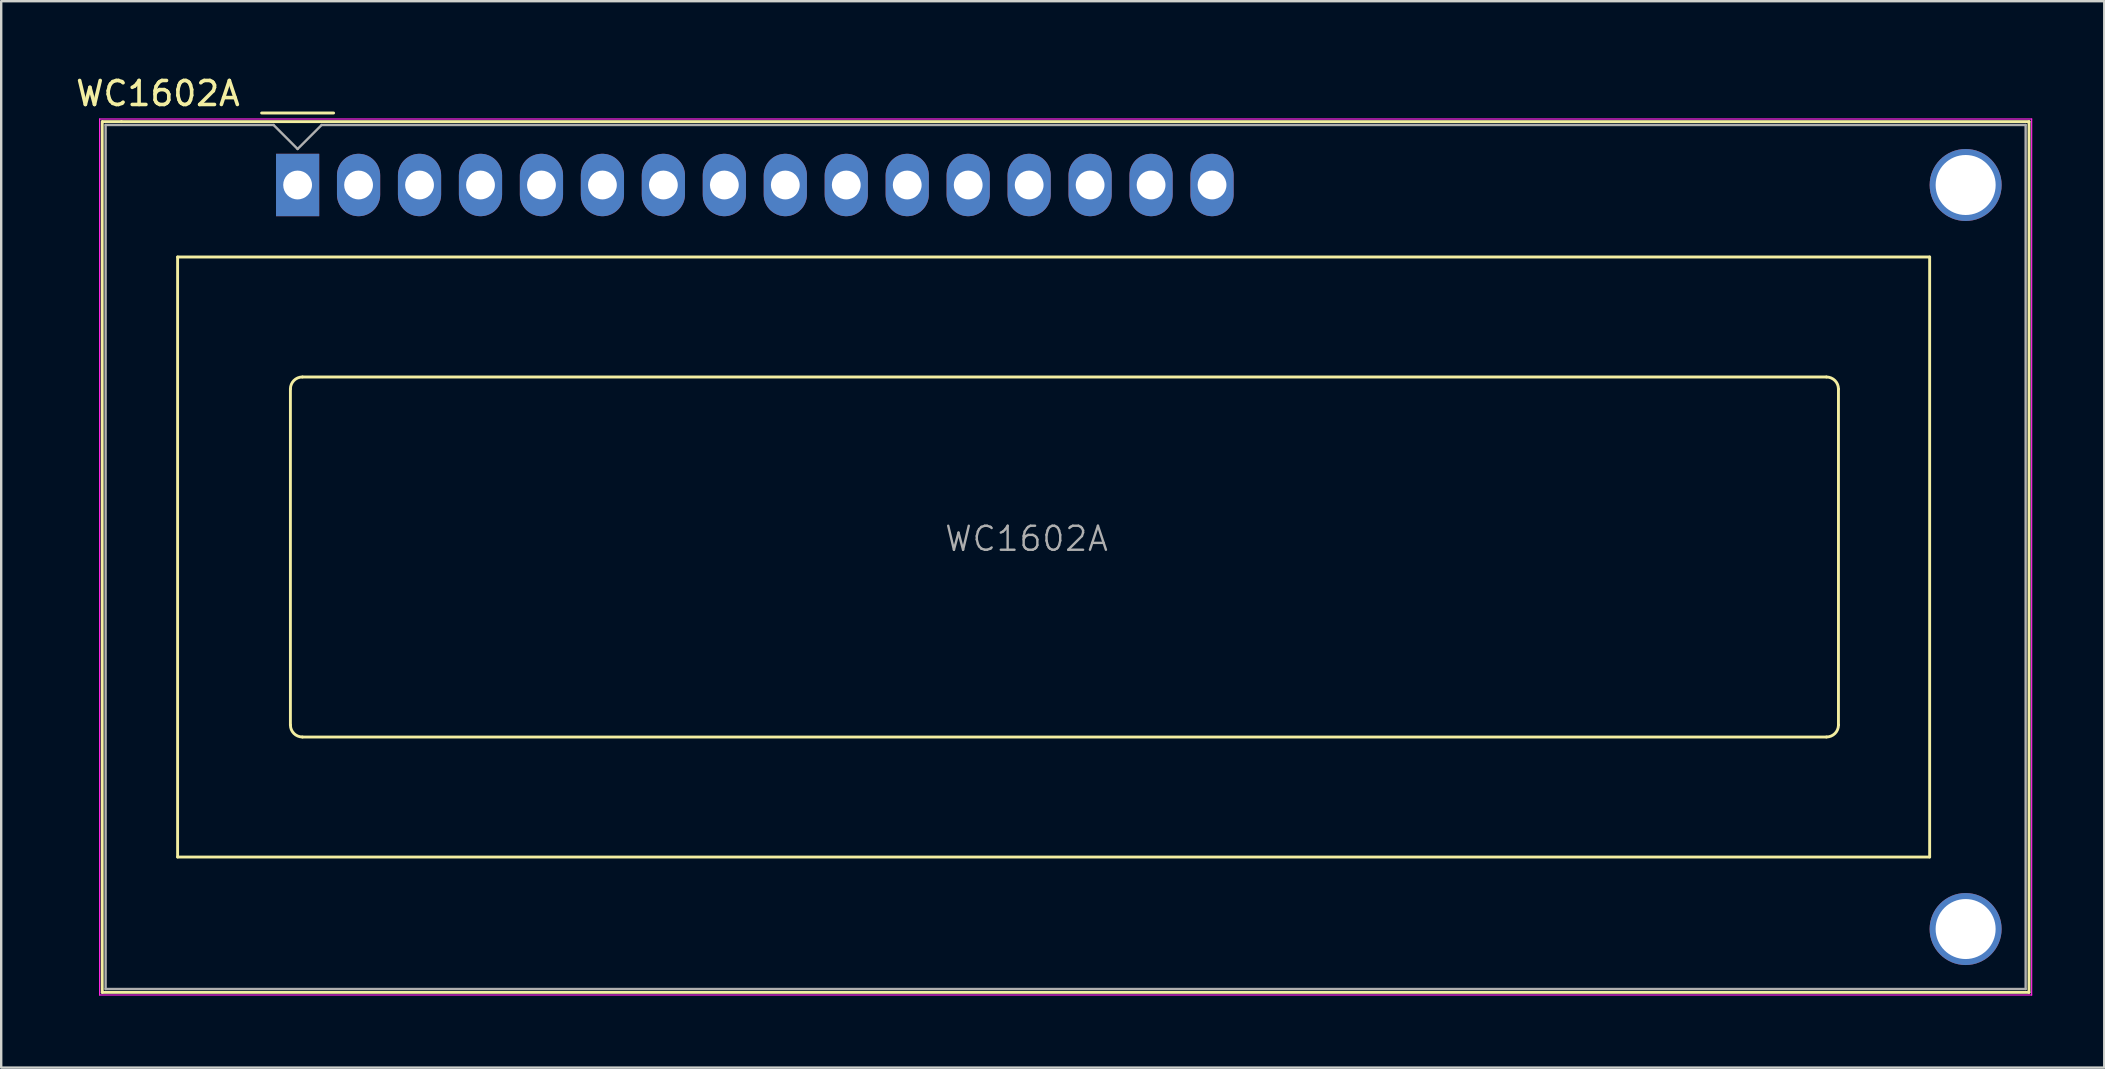
<source format=kicad_pcb>
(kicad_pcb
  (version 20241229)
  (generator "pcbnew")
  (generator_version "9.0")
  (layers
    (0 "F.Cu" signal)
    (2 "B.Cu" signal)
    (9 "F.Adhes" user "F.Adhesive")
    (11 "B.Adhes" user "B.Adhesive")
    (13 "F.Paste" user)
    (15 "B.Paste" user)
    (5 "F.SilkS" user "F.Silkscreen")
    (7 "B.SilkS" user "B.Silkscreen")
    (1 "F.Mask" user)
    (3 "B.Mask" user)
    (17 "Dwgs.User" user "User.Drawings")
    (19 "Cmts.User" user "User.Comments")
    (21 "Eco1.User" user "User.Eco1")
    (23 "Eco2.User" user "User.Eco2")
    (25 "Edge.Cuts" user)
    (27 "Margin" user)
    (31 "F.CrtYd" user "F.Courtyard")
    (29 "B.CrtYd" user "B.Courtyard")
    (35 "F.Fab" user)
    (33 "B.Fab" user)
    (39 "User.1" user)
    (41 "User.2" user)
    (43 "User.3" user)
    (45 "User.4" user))
  (footprint "WC1602A"
    (layer "F.Cu")
    (at 9.35 4.658)
    (property "Reference" "WC1602A" (at -5.82 -3.81 0) (layer "F.SilkS") (effects (font (size 1 1) (thickness 0.15))))
    (attr through_hole)
    (fp_line (start -8.14 -2.64) (end -8.14 33.64) (stroke (width 0.12) (type solid)) (layer "F.SilkS"))
    (fp_line (start -8.14 33.64) (end 72.14 33.64) (stroke (width 0.12) (type solid)) (layer "F.SilkS"))
    (fp_line (start -8.13 -2.64) (end -7.34 -2.64) (stroke (width 0.12) (type solid)) (layer "F.SilkS"))
    (fp_line (start -5 3) (end 68 3) (stroke (width 0.12) (type solid)) (layer "F.SilkS"))
    (fp_line (start -5 28) (end -5 3) (stroke (width 0.12) (type solid)) (layer "F.SilkS"))
    (fp_line (start -1.5 -3) (end 1.5 -3) (stroke (width 0.12) (type solid)) (layer "F.SilkS"))
    (fp_line (start -0.3 22.499) (end -0.3 8.5) (stroke (width 0.12) (type solid)) (layer "F.SilkS"))
    (fp_line (start 0.2 8) (end 63.7 8) (stroke (width 0.12) (type solid)) (layer "F.SilkS"))
    (fp_line (start 63.701 23) (end 0.2 23) (stroke (width 0.12) (type solid)) (layer "F.SilkS"))
    (fp_line (start 64.2 8.5) (end 64.2 22.5) (stroke (width 0.12) (type solid)) (layer "F.SilkS"))
    (fp_line (start 68 3) (end 68 28) (stroke (width 0.12) (type solid)) (layer "F.SilkS"))
    (fp_line (start 68 28) (end -5 28) (stroke (width 0.12) (type solid)) (layer "F.SilkS"))
    (fp_line (start 72.14 -2.64) (end -7.34 -2.64) (stroke (width 0.12) (type solid)) (layer "F.SilkS"))
    (fp_line (start 72.14 33.64) (end 72.14 -2.64) (stroke (width 0.12) (type solid)) (layer "F.SilkS"))
    (fp_arc (start -0.29972 8.49884) (mid -0.153162 8.145018) (end 0.20066 7.99846) (stroke (width 0.12) (type solid)) (layer "F.SilkS"))
    (fp_arc (start 0.20066 22.9997) (mid -0.153162 22.853142) (end -0.29972 22.49932) (stroke (width 0.12) (type solid)) (layer "F.SilkS"))
    (fp_arc (start 63.7 8) (mid 64.053553 8.146447) (end 64.2 8.5) (stroke (width 0.12) (type solid)) (layer "F.SilkS"))
    (fp_arc (start 64.20104 22.49932) (mid 64.054482 22.853142) (end 63.70066 22.9997) (stroke (width 0.12) (type solid)) (layer "F.SilkS"))
    (fp_line (start -8.25 -2.75) (end -8.25 33.75) (stroke (width 0.05) (type solid)) (layer "F.CrtYd"))
    (fp_line (start -8.25 -2.75) (end 72.25 -2.75) (stroke (width 0.05) (type solid)) (layer "F.CrtYd"))
    (fp_line (start -8.25 33.75) (end 72.25 33.75) (stroke (width 0.05) (type solid)) (layer "F.CrtYd"))
    (fp_line (start 72.25 -2.75) (end 72.25 33.75) (stroke (width 0.05) (type solid)) (layer "F.CrtYd"))
    (fp_line (start -8 33.5) (end -8 -2.5) (stroke (width 0.1) (type solid)) (layer "F.Fab"))
    (fp_line (start -1 -2.5) (end -8 -2.5) (stroke (width 0.1) (type solid)) (layer "F.Fab"))
    (fp_line (start 0 -1.5) (end -1 -2.5) (stroke (width 0.1) (type solid)) (layer "F.Fab"))
    (fp_line (start 1 -2.5) (end 0 -1.5) (stroke (width 0.1) (type solid)) (layer "F.Fab"))
    (fp_line (start 1 -2.5) (end 72 -2.5) (stroke (width 0.1) (type solid)) (layer "F.Fab"))
    (fp_line (start 72 -2.5) (end 72 33.5) (stroke (width 0.1) (type solid)) (layer "F.Fab"))
    (fp_line (start 72 33.5) (end -8 33.5) (stroke (width 0.1) (type solid)) (layer "F.Fab"))
    (fp_text user "${REFERENCE}" (at 30.37 14.74 0) (layer "F.Fab") (effects (font (size 1 1) (thickness 0.1))))
    (pad "" thru_hole circle (at 69.499 31.001) (size 3 3) (drill 2.5) (layers "*.Cu" "*.Mask"))
    (pad "" thru_hole circle (at 69.5 0) (size 3 3) (drill 2.5) (layers "*.Cu" "*.Mask"))
    (pad "1" thru_hole rect (at 0 0) (size 1.8 2.6) (drill 1.2) (layers "*.Cu" "*.Mask"))
    (pad "2" thru_hole oval (at 2.54 0) (size 1.8 2.6) (drill 1.2) (layers "*.Cu" "*.Mask"))
    (pad "3" thru_hole oval (at 5.08 0) (size 1.8 2.6) (drill 1.2) (layers "*.Cu" "*.Mask"))
    (pad "4" thru_hole oval (at 7.62 0) (size 1.8 2.6) (drill 1.2) (layers "*.Cu" "*.Mask"))
    (pad "5" thru_hole oval (at 10.16 0) (size 1.8 2.6) (drill 1.2) (layers "*.Cu" "*.Mask"))
    (pad "6" thru_hole oval (at 12.7 0) (size 1.8 2.6) (drill 1.2) (layers "*.Cu" "*.Mask"))
    (pad "7" thru_hole oval (at 15.24 0) (size 1.8 2.6) (drill 1.2) (layers "*.Cu" "*.Mask"))
    (pad "8" thru_hole oval (at 17.78 0) (size 1.8 2.6) (drill 1.2) (layers "*.Cu" "*.Mask"))
    (pad "9" thru_hole oval (at 20.32 0) (size 1.8 2.6) (drill 1.2) (layers "*.Cu" "*.Mask"))
    (pad "10" thru_hole oval (at 22.86 0) (size 1.8 2.6) (drill 1.2) (layers "*.Cu" "*.Mask"))
    (pad "11" thru_hole oval (at 25.4 0) (size 1.8 2.6) (drill 1.2) (layers "*.Cu" "*.Mask"))
    (pad "12" thru_hole oval (at 27.94 0) (size 1.8 2.6) (drill 1.2) (layers "*.Cu" "*.Mask"))
    (pad "13" thru_hole oval (at 30.48 0) (size 1.8 2.6) (drill 1.2) (layers "*.Cu" "*.Mask"))
    (pad "14" thru_hole oval (at 33.02 0) (size 1.8 2.6) (drill 1.2) (layers "*.Cu" "*.Mask"))
    (pad "15" thru_hole oval (at 35.56 0) (size 1.8 2.6) (drill 1.2) (layers "*.Cu" "*.Mask"))
    (pad "16" thru_hole oval (at 38.1 0) (size 1.8 2.6) (drill 1.2) (layers "*.Cu" "*.Mask")))
  (gr_rect
    (start -3 -3)
    (end 84.625 41.433)
    (stroke (width 0.1) (type default))
    (fill no)
    (layer "Edge.Cuts")))
</source>
